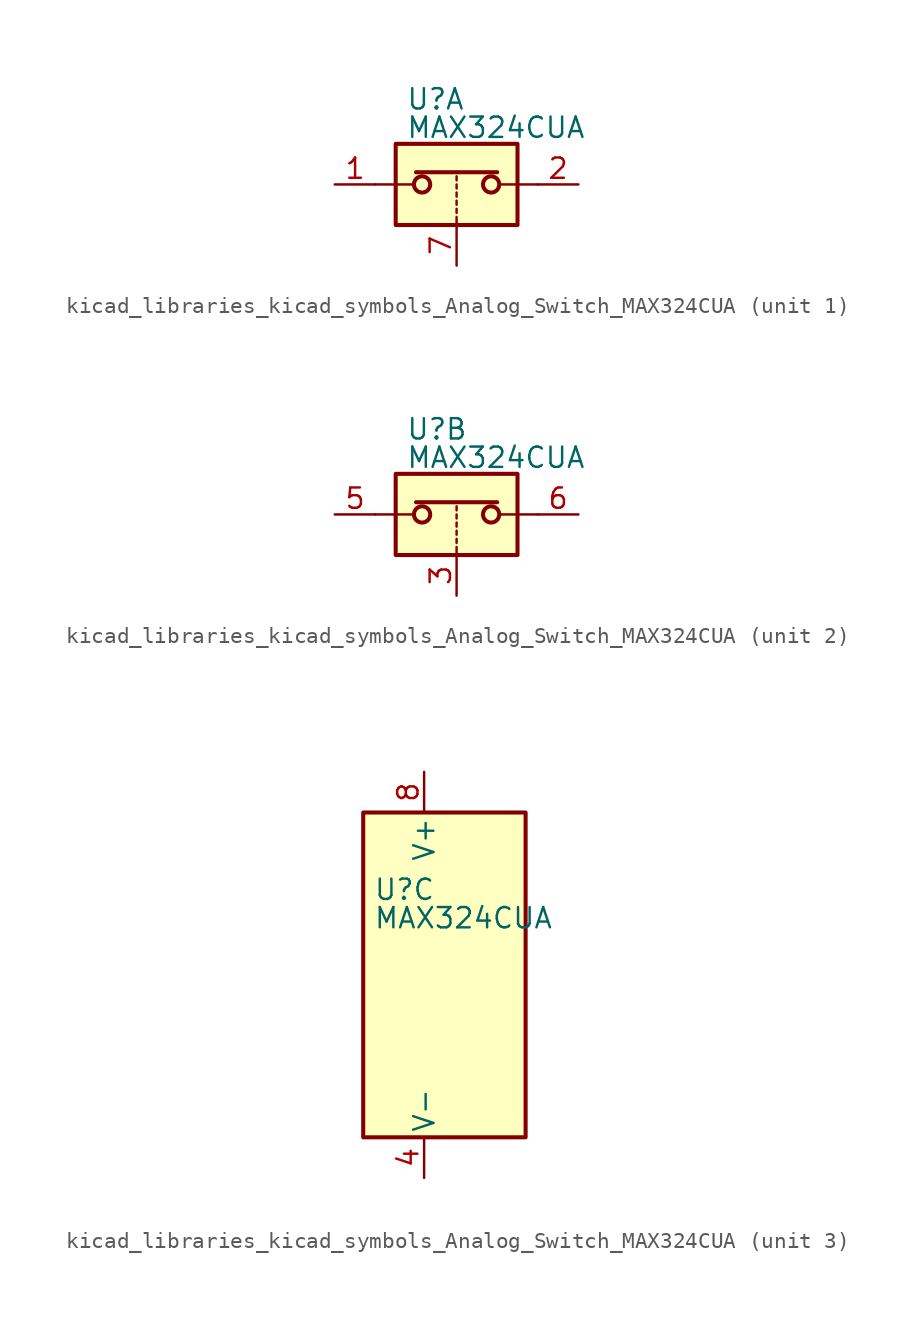
<source format=kicad_sym>
(kicad_symbol_lib
  (version 20220914)
  (generator kicad_symbol_editor)
  (symbol "kicad_libraries_kicad_symbols_Analog_Switch_MAX324CUA"
    (pin_names
      (offset 0.254))
    (property "Reference" "U"
      (at -3.175 5.334 0)
      (effects (font (size 1.27 1.27)) (justify left)))
    (property "Value" "MAX324CUA"
      (at -3.175 3.556 0)
      (effects (font (size 1.27 1.27)) (justify left)))
    (symbol "kicad_libraries_kicad_symbols_Analog_Switch_MAX324CUA_1_1"
      (rectangle (start -3.81 2.54) (end 3.81 -2.54) (stroke (width 0.254) (type default)) (fill (type background)))
      (circle (center -2.159 0) (radius 0.508) (stroke (width 0.254) (type default)) (fill (type none)))
      (polyline (pts (xy -5.08 0) (xy -2.794 0)) (stroke (width 0) (type default)) (fill (type none)))
      (polyline (pts (xy -2.54 0.762) (xy 2.54 0.762)) (stroke (width 0.254) (type default)) (fill (type none)))
      (polyline (pts (xy 0 -2.54) (xy 0 -2.032)) (stroke (width 0) (type default)) (fill (type none)))
      (polyline (pts (xy 0 -1.778) (xy 0 -1.524)) (stroke (width 0) (type default)) (fill (type none)))
      (polyline (pts (xy 0 -1.27) (xy 0 -1.016)) (stroke (width 0) (type default)) (fill (type none)))
      (polyline (pts (xy 0 -0.762) (xy 0 -0.508)) (stroke (width 0) (type default)) (fill (type none)))
      (polyline (pts (xy 0 -0.254) (xy 0 0)) (stroke (width 0) (type default)) (fill (type none)))
      (polyline (pts (xy 0 0.254) (xy 0 0.508)) (stroke (width 0) (type default)) (fill (type none)))
      (polyline (pts (xy 5.08 0) (xy 2.794 0)) (stroke (width 0) (type default)) (fill (type none)))
      (circle (center 2.159 0) (radius 0.508) (stroke (width 0.254) (type default)) (fill (type none)))
      (pin passive line (at -7.62 0 0) (length 2.54) (name "~" (effects (font (size 1.27 1.27)))) (number "1" (effects (font (size 1.27 1.27)))))
      (pin passive line (at 7.62 0 180) (length 2.54) (name "~" (effects (font (size 1.27 1.27)))) (number "2" (effects (font (size 1.27 1.27)))))
      (pin input line (at 0 -5.08 90) (length 2.54) (name "~" (effects (font (size 1.27 1.27)))) (number "7" (effects (font (size 1.27 1.27))))))
    (symbol "kicad_libraries_kicad_symbols_Analog_Switch_MAX324CUA_2_1"
      (rectangle (start -3.81 2.54) (end 3.81 -2.54) (stroke (width 0.254) (type default)) (fill (type background)))
      (circle (center -2.159 0) (radius 0.508) (stroke (width 0.254) (type default)) (fill (type none)))
      (polyline (pts (xy -5.08 0) (xy -2.794 0)) (stroke (width 0) (type default)) (fill (type none)))
      (polyline (pts (xy -2.54 0.762) (xy 2.54 0.762)) (stroke (width 0.254) (type default)) (fill (type none)))
      (polyline (pts (xy 0 -2.54) (xy 0 -2.032)) (stroke (width 0) (type default)) (fill (type none)))
      (polyline (pts (xy 0 -1.778) (xy 0 -1.524)) (stroke (width 0) (type default)) (fill (type none)))
      (polyline (pts (xy 0 -1.27) (xy 0 -1.016)) (stroke (width 0) (type default)) (fill (type none)))
      (polyline (pts (xy 0 -0.762) (xy 0 -0.508)) (stroke (width 0) (type default)) (fill (type none)))
      (polyline (pts (xy 0 -0.254) (xy 0 0)) (stroke (width 0) (type default)) (fill (type none)))
      (polyline (pts (xy 0 0.254) (xy 0 0.508)) (stroke (width 0) (type default)) (fill (type none)))
      (polyline (pts (xy 5.08 0) (xy 2.794 0)) (stroke (width 0) (type default)) (fill (type none)))
      (circle (center 2.159 0) (radius 0.508) (stroke (width 0.254) (type default)) (fill (type none)))
      (pin input line (at 0 -5.08 90) (length 2.54) (name "~" (effects (font (size 1.27 1.27)))) (number "3" (effects (font (size 1.27 1.27)))))
      (pin passive line (at -7.62 0 0) (length 2.54) (name "~" (effects (font (size 1.27 1.27)))) (number "5" (effects (font (size 1.27 1.27)))))
      (pin passive line (at 7.62 0 180) (length 2.54) (name "~" (effects (font (size 1.27 1.27)))) (number "6" (effects (font (size 1.27 1.27))))))
    (symbol "kicad_libraries_kicad_symbols_Analog_Switch_MAX324CUA_3_0"
      (pin power_in line (at 0 -12.7 90) (length 2.54) (name "V-" (effects (font (size 1.27 1.27)))) (number "4" (effects (font (size 1.27 1.27)))))
      (pin power_in line (at 0 12.7 270) (length 2.54) (name "V+" (effects (font (size 1.27 1.27)))) (number "8" (effects (font (size 1.27 1.27))))))
    (symbol "kicad_libraries_kicad_symbols_Analog_Switch_MAX324CUA_3_1"
      (rectangle (start -3.81 10.16) (end 6.35 -10.16) (stroke (width 0.254) (type default)) (fill (type background))))))
</source>
